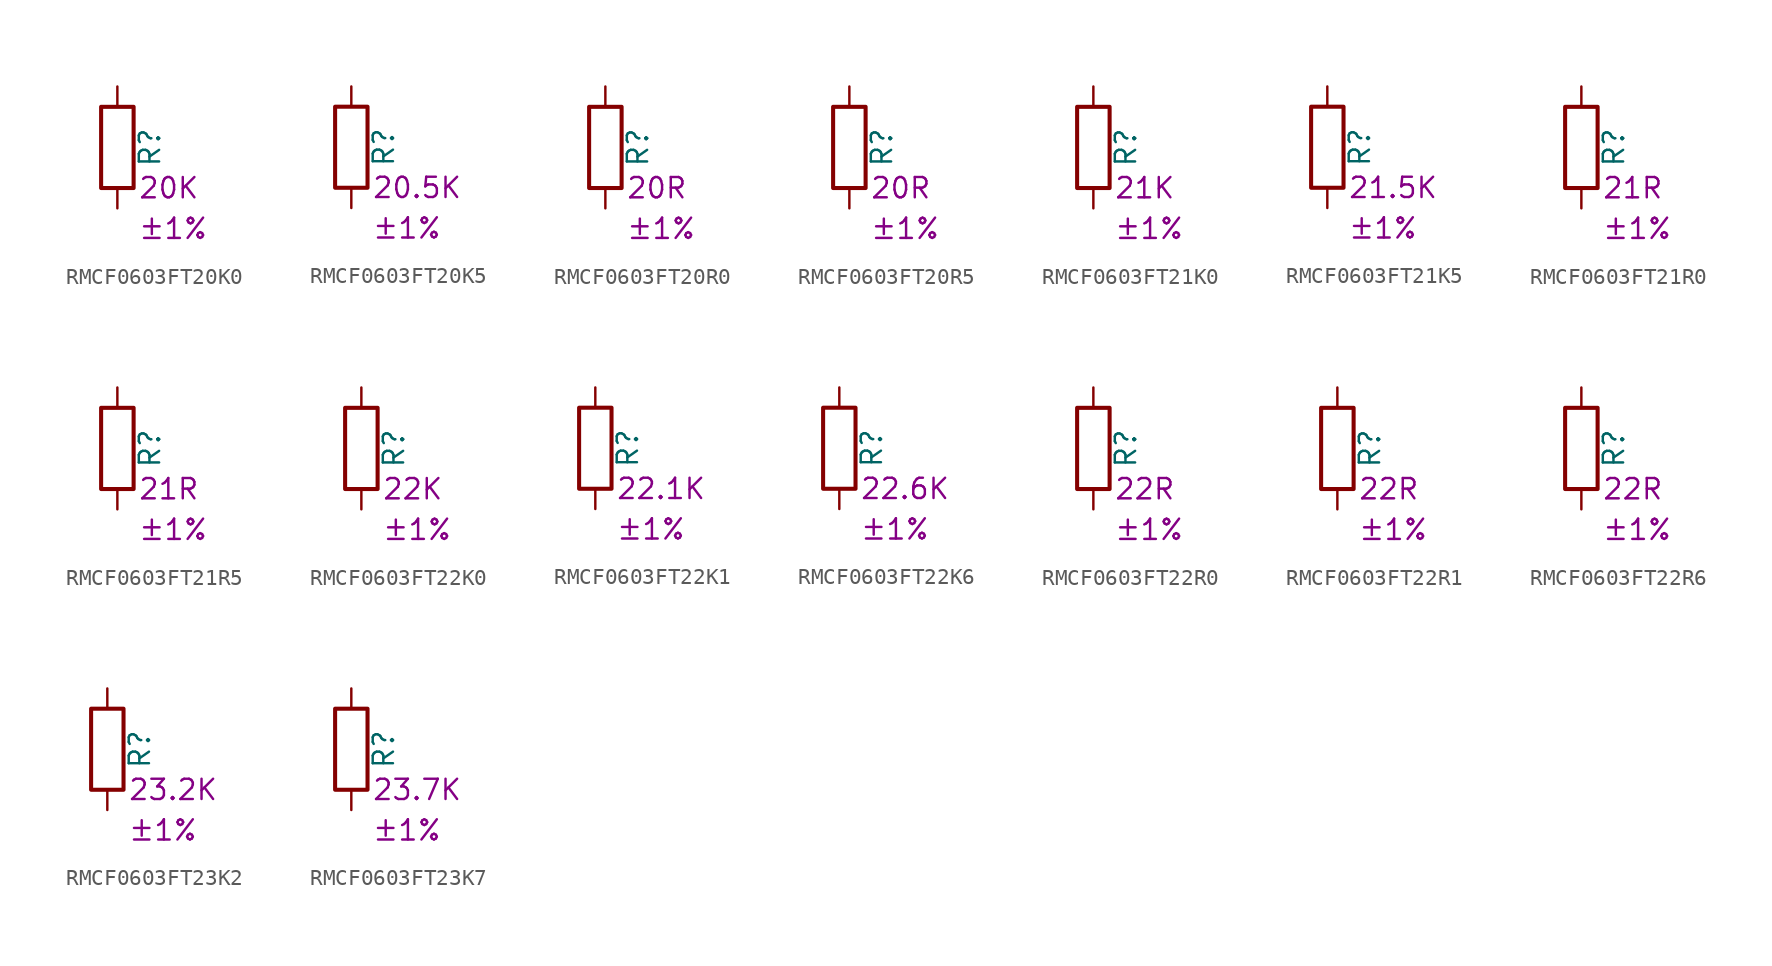
<source format=kicad_sym>
(kicad_symbol_lib
  (version 20220914)
  (generator kicad_symbol_editor)
  (symbol "RMCF0603FT20K0"
    (pin_numbers hide)
    (pin_names
      (offset 0))
    (property "Reference" "R"
      (at 2.032 0 90)
      (effects (font (size 1.27 1.27))))
    (property "Resistance" "20K"
      (at 1.27 -2.54 0)
      (effects (font (size 1.27 1.27)) (justify left)))
    (property "Tolerance" "±1%"
      (at 1.27 -5.08 0)
      (effects (font (size 1.27 1.27)) (justify left)))
    (symbol "RMCF0603FT20K0_0_1"
      (rectangle (start -1.016 -2.54) (end 1.016 2.54) (stroke (width 0.254) (type default)) (fill (type none))))
    (symbol "RMCF0603FT20K0_1_1"
      (pin passive line (at 0 3.81 270) (length 1.27) (name "~" (effects (font (size 1.27 1.27)))) (number "1" (effects (font (size 1.27 1.27)))))
      (pin passive line (at 0 -3.81 90) (length 1.27) (name "~" (effects (font (size 1.27 1.27)))) (number "2" (effects (font (size 1.27 1.27)))))))
  (symbol "RMCF0603FT20K5"
    (pin_numbers hide)
    (pin_names
      (offset 0))
    (property "Reference" "R"
      (at 2.032 0 90)
      (effects (font (size 1.27 1.27))))
    (property "Resistance" "20.5K"
      (at 1.27 -2.54 0)
      (effects (font (size 1.27 1.27)) (justify left)))
    (property "Tolerance" "±1%"
      (at 1.27 -5.08 0)
      (effects (font (size 1.27 1.27)) (justify left)))
    (symbol "RMCF0603FT20K5_0_1"
      (rectangle (start -1.016 -2.54) (end 1.016 2.54) (stroke (width 0.254) (type default)) (fill (type none))))
    (symbol "RMCF0603FT20K5_1_1"
      (pin passive line (at 0 3.81 270) (length 1.27) (name "~" (effects (font (size 1.27 1.27)))) (number "1" (effects (font (size 1.27 1.27)))))
      (pin passive line (at 0 -3.81 90) (length 1.27) (name "~" (effects (font (size 1.27 1.27)))) (number "2" (effects (font (size 1.27 1.27)))))))
  (symbol "RMCF0603FT20R0"
    (pin_numbers hide)
    (pin_names
      (offset 0))
    (property "Reference" "R"
      (at 2.032 0 90)
      (effects (font (size 1.27 1.27))))
    (property "Resistance" "20R"
      (at 1.27 -2.54 0)
      (effects (font (size 1.27 1.27)) (justify left)))
    (property "Tolerance" "±1%"
      (at 1.27 -5.08 0)
      (effects (font (size 1.27 1.27)) (justify left)))
    (symbol "RMCF0603FT20R0_0_1"
      (rectangle (start -1.016 -2.54) (end 1.016 2.54) (stroke (width 0.254) (type default)) (fill (type none))))
    (symbol "RMCF0603FT20R0_1_1"
      (pin passive line (at 0 3.81 270) (length 1.27) (name "~" (effects (font (size 1.27 1.27)))) (number "1" (effects (font (size 1.27 1.27)))))
      (pin passive line (at 0 -3.81 90) (length 1.27) (name "~" (effects (font (size 1.27 1.27)))) (number "2" (effects (font (size 1.27 1.27)))))))
  (symbol "RMCF0603FT20R5"
    (pin_numbers hide)
    (pin_names
      (offset 0))
    (property "Reference" "R"
      (at 2.032 0 90)
      (effects (font (size 1.27 1.27))))
    (property "Resistance" "20R"
      (at 1.27 -2.54 0)
      (effects (font (size 1.27 1.27)) (justify left)))
    (property "Tolerance" "±1%"
      (at 1.27 -5.08 0)
      (effects (font (size 1.27 1.27)) (justify left)))
    (symbol "RMCF0603FT20R5_0_1"
      (rectangle (start -1.016 -2.54) (end 1.016 2.54) (stroke (width 0.254) (type default)) (fill (type none))))
    (symbol "RMCF0603FT20R5_1_1"
      (pin passive line (at 0 3.81 270) (length 1.27) (name "~" (effects (font (size 1.27 1.27)))) (number "1" (effects (font (size 1.27 1.27)))))
      (pin passive line (at 0 -3.81 90) (length 1.27) (name "~" (effects (font (size 1.27 1.27)))) (number "2" (effects (font (size 1.27 1.27)))))))
  (symbol "RMCF0603FT21K0"
    (pin_numbers hide)
    (pin_names
      (offset 0))
    (property "Reference" "R"
      (at 2.032 0 90)
      (effects (font (size 1.27 1.27))))
    (property "Resistance" "21K"
      (at 1.27 -2.54 0)
      (effects (font (size 1.27 1.27)) (justify left)))
    (property "Tolerance" "±1%"
      (at 1.27 -5.08 0)
      (effects (font (size 1.27 1.27)) (justify left)))
    (symbol "RMCF0603FT21K0_0_1"
      (rectangle (start -1.016 -2.54) (end 1.016 2.54) (stroke (width 0.254) (type default)) (fill (type none))))
    (symbol "RMCF0603FT21K0_1_1"
      (pin passive line (at 0 3.81 270) (length 1.27) (name "~" (effects (font (size 1.27 1.27)))) (number "1" (effects (font (size 1.27 1.27)))))
      (pin passive line (at 0 -3.81 90) (length 1.27) (name "~" (effects (font (size 1.27 1.27)))) (number "2" (effects (font (size 1.27 1.27)))))))
  (symbol "RMCF0603FT21K5"
    (pin_numbers hide)
    (pin_names
      (offset 0))
    (property "Reference" "R"
      (at 2.032 0 90)
      (effects (font (size 1.27 1.27))))
    (property "Resistance" "21.5K"
      (at 1.27 -2.54 0)
      (effects (font (size 1.27 1.27)) (justify left)))
    (property "Tolerance" "±1%"
      (at 1.27 -5.08 0)
      (effects (font (size 1.27 1.27)) (justify left)))
    (symbol "RMCF0603FT21K5_0_1"
      (rectangle (start -1.016 -2.54) (end 1.016 2.54) (stroke (width 0.254) (type default)) (fill (type none))))
    (symbol "RMCF0603FT21K5_1_1"
      (pin passive line (at 0 3.81 270) (length 1.27) (name "~" (effects (font (size 1.27 1.27)))) (number "1" (effects (font (size 1.27 1.27)))))
      (pin passive line (at 0 -3.81 90) (length 1.27) (name "~" (effects (font (size 1.27 1.27)))) (number "2" (effects (font (size 1.27 1.27)))))))
  (symbol "RMCF0603FT21R0"
    (pin_numbers hide)
    (pin_names
      (offset 0))
    (property "Reference" "R"
      (at 2.032 0 90)
      (effects (font (size 1.27 1.27))))
    (property "Resistance" "21R"
      (at 1.27 -2.54 0)
      (effects (font (size 1.27 1.27)) (justify left)))
    (property "Tolerance" "±1%"
      (at 1.27 -5.08 0)
      (effects (font (size 1.27 1.27)) (justify left)))
    (symbol "RMCF0603FT21R0_0_1"
      (rectangle (start -1.016 -2.54) (end 1.016 2.54) (stroke (width 0.254) (type default)) (fill (type none))))
    (symbol "RMCF0603FT21R0_1_1"
      (pin passive line (at 0 3.81 270) (length 1.27) (name "~" (effects (font (size 1.27 1.27)))) (number "1" (effects (font (size 1.27 1.27)))))
      (pin passive line (at 0 -3.81 90) (length 1.27) (name "~" (effects (font (size 1.27 1.27)))) (number "2" (effects (font (size 1.27 1.27)))))))
  (symbol "RMCF0603FT21R5"
    (pin_numbers hide)
    (pin_names
      (offset 0))
    (property "Reference" "R"
      (at 2.032 0 90)
      (effects (font (size 1.27 1.27))))
    (property "Resistance" "21R"
      (at 1.27 -2.54 0)
      (effects (font (size 1.27 1.27)) (justify left)))
    (property "Tolerance" "±1%"
      (at 1.27 -5.08 0)
      (effects (font (size 1.27 1.27)) (justify left)))
    (symbol "RMCF0603FT21R5_0_1"
      (rectangle (start -1.016 -2.54) (end 1.016 2.54) (stroke (width 0.254) (type default)) (fill (type none))))
    (symbol "RMCF0603FT21R5_1_1"
      (pin passive line (at 0 3.81 270) (length 1.27) (name "~" (effects (font (size 1.27 1.27)))) (number "1" (effects (font (size 1.27 1.27)))))
      (pin passive line (at 0 -3.81 90) (length 1.27) (name "~" (effects (font (size 1.27 1.27)))) (number "2" (effects (font (size 1.27 1.27)))))))
  (symbol "RMCF0603FT22K0"
    (pin_numbers hide)
    (pin_names
      (offset 0))
    (property "Reference" "R"
      (at 2.032 0 90)
      (effects (font (size 1.27 1.27))))
    (property "Resistance" "22K"
      (at 1.27 -2.54 0)
      (effects (font (size 1.27 1.27)) (justify left)))
    (property "Tolerance" "±1%"
      (at 1.27 -5.08 0)
      (effects (font (size 1.27 1.27)) (justify left)))
    (symbol "RMCF0603FT22K0_0_1"
      (rectangle (start -1.016 -2.54) (end 1.016 2.54) (stroke (width 0.254) (type default)) (fill (type none))))
    (symbol "RMCF0603FT22K0_1_1"
      (pin passive line (at 0 3.81 270) (length 1.27) (name "~" (effects (font (size 1.27 1.27)))) (number "1" (effects (font (size 1.27 1.27)))))
      (pin passive line (at 0 -3.81 90) (length 1.27) (name "~" (effects (font (size 1.27 1.27)))) (number "2" (effects (font (size 1.27 1.27)))))))
  (symbol "RMCF0603FT22K1"
    (pin_numbers hide)
    (pin_names
      (offset 0))
    (property "Reference" "R"
      (at 2.032 0 90)
      (effects (font (size 1.27 1.27))))
    (property "Resistance" "22.1K"
      (at 1.27 -2.54 0)
      (effects (font (size 1.27 1.27)) (justify left)))
    (property "Tolerance" "±1%"
      (at 1.27 -5.08 0)
      (effects (font (size 1.27 1.27)) (justify left)))
    (symbol "RMCF0603FT22K1_0_1"
      (rectangle (start -1.016 -2.54) (end 1.016 2.54) (stroke (width 0.254) (type default)) (fill (type none))))
    (symbol "RMCF0603FT22K1_1_1"
      (pin passive line (at 0 3.81 270) (length 1.27) (name "~" (effects (font (size 1.27 1.27)))) (number "1" (effects (font (size 1.27 1.27)))))
      (pin passive line (at 0 -3.81 90) (length 1.27) (name "~" (effects (font (size 1.27 1.27)))) (number "2" (effects (font (size 1.27 1.27)))))))
  (symbol "RMCF0603FT22K6"
    (pin_numbers hide)
    (pin_names
      (offset 0))
    (property "Reference" "R"
      (at 2.032 0 90)
      (effects (font (size 1.27 1.27))))
    (property "Resistance" "22.6K"
      (at 1.27 -2.54 0)
      (effects (font (size 1.27 1.27)) (justify left)))
    (property "Tolerance" "±1%"
      (at 1.27 -5.08 0)
      (effects (font (size 1.27 1.27)) (justify left)))
    (symbol "RMCF0603FT22K6_0_1"
      (rectangle (start -1.016 -2.54) (end 1.016 2.54) (stroke (width 0.254) (type default)) (fill (type none))))
    (symbol "RMCF0603FT22K6_1_1"
      (pin passive line (at 0 3.81 270) (length 1.27) (name "~" (effects (font (size 1.27 1.27)))) (number "1" (effects (font (size 1.27 1.27)))))
      (pin passive line (at 0 -3.81 90) (length 1.27) (name "~" (effects (font (size 1.27 1.27)))) (number "2" (effects (font (size 1.27 1.27)))))))
  (symbol "RMCF0603FT22R0"
    (pin_numbers hide)
    (pin_names
      (offset 0))
    (property "Reference" "R"
      (at 2.032 0 90)
      (effects (font (size 1.27 1.27))))
    (property "Resistance" "22R"
      (at 1.27 -2.54 0)
      (effects (font (size 1.27 1.27)) (justify left)))
    (property "Tolerance" "±1%"
      (at 1.27 -5.08 0)
      (effects (font (size 1.27 1.27)) (justify left)))
    (symbol "RMCF0603FT22R0_0_1"
      (rectangle (start -1.016 -2.54) (end 1.016 2.54) (stroke (width 0.254) (type default)) (fill (type none))))
    (symbol "RMCF0603FT22R0_1_1"
      (pin passive line (at 0 3.81 270) (length 1.27) (name "~" (effects (font (size 1.27 1.27)))) (number "1" (effects (font (size 1.27 1.27)))))
      (pin passive line (at 0 -3.81 90) (length 1.27) (name "~" (effects (font (size 1.27 1.27)))) (number "2" (effects (font (size 1.27 1.27)))))))
  (symbol "RMCF0603FT22R1"
    (pin_numbers hide)
    (pin_names
      (offset 0))
    (property "Reference" "R"
      (at 2.032 0 90)
      (effects (font (size 1.27 1.27))))
    (property "Resistance" "22R"
      (at 1.27 -2.54 0)
      (effects (font (size 1.27 1.27)) (justify left)))
    (property "Tolerance" "±1%"
      (at 1.27 -5.08 0)
      (effects (font (size 1.27 1.27)) (justify left)))
    (symbol "RMCF0603FT22R1_0_1"
      (rectangle (start -1.016 -2.54) (end 1.016 2.54) (stroke (width 0.254) (type default)) (fill (type none))))
    (symbol "RMCF0603FT22R1_1_1"
      (pin passive line (at 0 3.81 270) (length 1.27) (name "~" (effects (font (size 1.27 1.27)))) (number "1" (effects (font (size 1.27 1.27)))))
      (pin passive line (at 0 -3.81 90) (length 1.27) (name "~" (effects (font (size 1.27 1.27)))) (number "2" (effects (font (size 1.27 1.27)))))))
  (symbol "RMCF0603FT22R6"
    (pin_numbers hide)
    (pin_names
      (offset 0))
    (property "Reference" "R"
      (at 2.032 0 90)
      (effects (font (size 1.27 1.27))))
    (property "Resistance" "22R"
      (at 1.27 -2.54 0)
      (effects (font (size 1.27 1.27)) (justify left)))
    (property "Tolerance" "±1%"
      (at 1.27 -5.08 0)
      (effects (font (size 1.27 1.27)) (justify left)))
    (symbol "RMCF0603FT22R6_0_1"
      (rectangle (start -1.016 -2.54) (end 1.016 2.54) (stroke (width 0.254) (type default)) (fill (type none))))
    (symbol "RMCF0603FT22R6_1_1"
      (pin passive line (at 0 3.81 270) (length 1.27) (name "~" (effects (font (size 1.27 1.27)))) (number "1" (effects (font (size 1.27 1.27)))))
      (pin passive line (at 0 -3.81 90) (length 1.27) (name "~" (effects (font (size 1.27 1.27)))) (number "2" (effects (font (size 1.27 1.27)))))))
  (symbol "RMCF0603FT23K2"
    (pin_numbers hide)
    (pin_names
      (offset 0))
    (property "Reference" "R"
      (at 2.032 0 90)
      (effects (font (size 1.27 1.27))))
    (property "Resistance" "23.2K"
      (at 1.27 -2.54 0)
      (effects (font (size 1.27 1.27)) (justify left)))
    (property "Tolerance" "±1%"
      (at 1.27 -5.08 0)
      (effects (font (size 1.27 1.27)) (justify left)))
    (symbol "RMCF0603FT23K2_0_1"
      (rectangle (start -1.016 -2.54) (end 1.016 2.54) (stroke (width 0.254) (type default)) (fill (type none))))
    (symbol "RMCF0603FT23K2_1_1"
      (pin passive line (at 0 3.81 270) (length 1.27) (name "~" (effects (font (size 1.27 1.27)))) (number "1" (effects (font (size 1.27 1.27)))))
      (pin passive line (at 0 -3.81 90) (length 1.27) (name "~" (effects (font (size 1.27 1.27)))) (number "2" (effects (font (size 1.27 1.27)))))))
  (symbol "RMCF0603FT23K7"
    (pin_numbers hide)
    (pin_names
      (offset 0))
    (property "Reference" "R"
      (at 2.032 0 90)
      (effects (font (size 1.27 1.27))))
    (property "Resistance" "23.7K"
      (at 1.27 -2.54 0)
      (effects (font (size 1.27 1.27)) (justify left)))
    (property "Tolerance" "±1%"
      (at 1.27 -5.08 0)
      (effects (font (size 1.27 1.27)) (justify left)))
    (symbol "RMCF0603FT23K7_0_1"
      (rectangle (start -1.016 -2.54) (end 1.016 2.54) (stroke (width 0.254) (type default)) (fill (type none))))
    (symbol "RMCF0603FT23K7_1_1"
      (pin passive line (at 0 3.81 270) (length 1.27) (name "~" (effects (font (size 1.27 1.27)))) (number "1" (effects (font (size 1.27 1.27)))))
      (pin passive line (at 0 -3.81 90) (length 1.27) (name "~" (effects (font (size 1.27 1.27)))) (number "2" (effects (font (size 1.27 1.27))))))))
</source>
